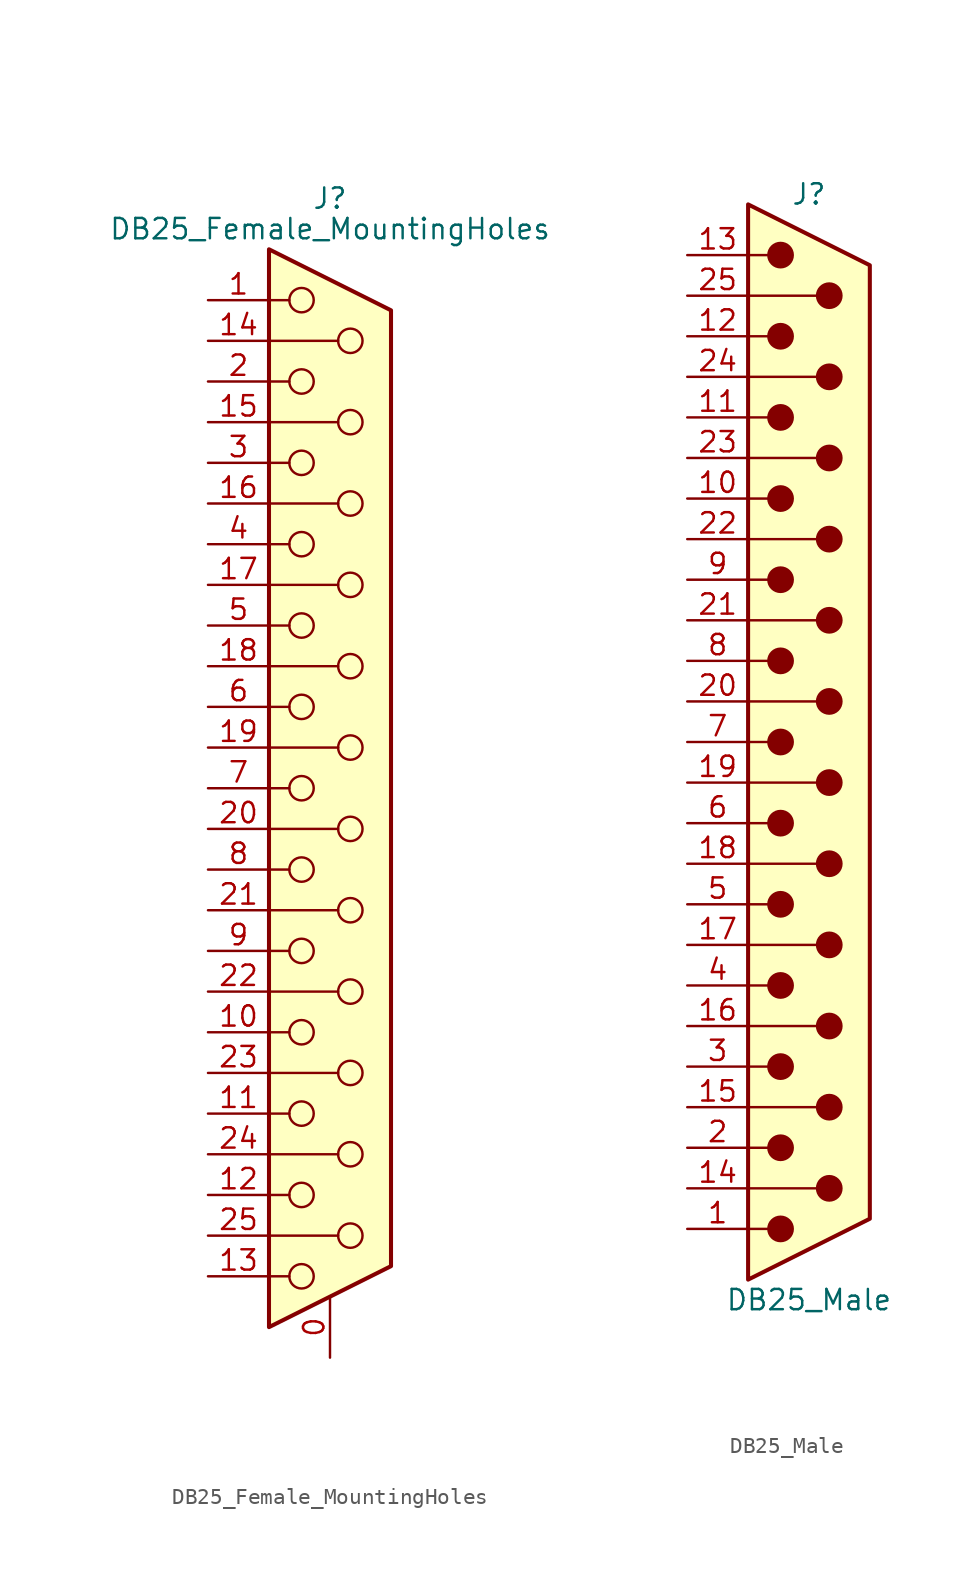
<source format=kicad_sym>
(kicad_symbol_lib
  (version 20220914)
  (generator kicad_symbol_editor)
  (symbol "DB25_Female_MountingHoles"
    (pin_names
      (offset 1.016) hide)
    (property "Reference" "J"
      (at 0 36.83 0)
      (effects (font (size 1.27 1.27))))
    (property "Value" "DB25_Female_MountingHoles"
      (at 0 34.925 0)
      (effects (font (size 1.27 1.27))))
    (symbol "DB25_Female_MountingHoles_0_1"
      (circle (center -1.778 -30.48) (radius 0.762) (stroke (width 0) (type default)) (fill (type none)))
      (circle (center -1.778 -25.4) (radius 0.762) (stroke (width 0) (type default)) (fill (type none)))
      (circle (center -1.778 -20.32) (radius 0.762) (stroke (width 0) (type default)) (fill (type none)))
      (circle (center -1.778 -15.24) (radius 0.762) (stroke (width 0) (type default)) (fill (type none)))
      (circle (center -1.778 -10.16) (radius 0.762) (stroke (width 0) (type default)) (fill (type none)))
      (circle (center -1.778 -5.08) (radius 0.762) (stroke (width 0) (type default)) (fill (type none)))
      (circle (center -1.778 0) (radius 0.762) (stroke (width 0) (type default)) (fill (type none)))
      (circle (center -1.778 5.08) (radius 0.762) (stroke (width 0) (type default)) (fill (type none)))
      (circle (center -1.778 10.16) (radius 0.762) (stroke (width 0) (type default)) (fill (type none)))
      (circle (center -1.778 15.24) (radius 0.762) (stroke (width 0) (type default)) (fill (type none)))
      (circle (center -1.778 20.32) (radius 0.762) (stroke (width 0) (type default)) (fill (type none)))
      (circle (center -1.778 25.4) (radius 0.762) (stroke (width 0) (type default)) (fill (type none)))
      (circle (center -1.778 30.48) (radius 0.762) (stroke (width 0) (type default)) (fill (type none)))
      (polyline (pts (xy -3.81 -30.48) (xy -2.54 -30.48)) (stroke (width 0) (type default)) (fill (type none)))
      (polyline (pts (xy -3.81 -27.94) (xy 0.508 -27.94)) (stroke (width 0) (type default)) (fill (type none)))
      (polyline (pts (xy -3.81 -25.4) (xy -2.54 -25.4)) (stroke (width 0) (type default)) (fill (type none)))
      (polyline (pts (xy -3.81 -22.86) (xy 0.508 -22.86)) (stroke (width 0) (type default)) (fill (type none)))
      (polyline (pts (xy -3.81 -20.32) (xy -2.54 -20.32)) (stroke (width 0) (type default)) (fill (type none)))
      (polyline (pts (xy -3.81 -17.78) (xy 0.508 -17.78)) (stroke (width 0) (type default)) (fill (type none)))
      (polyline (pts (xy -3.81 -15.24) (xy -2.54 -15.24)) (stroke (width 0) (type default)) (fill (type none)))
      (polyline (pts (xy -3.81 -12.7) (xy 0.508 -12.7)) (stroke (width 0) (type default)) (fill (type none)))
      (polyline (pts (xy -3.81 -10.16) (xy -2.54 -10.16)) (stroke (width 0) (type default)) (fill (type none)))
      (polyline (pts (xy -3.81 -7.62) (xy 0.508 -7.62)) (stroke (width 0) (type default)) (fill (type none)))
      (polyline (pts (xy -3.81 -5.08) (xy -2.54 -5.08)) (stroke (width 0) (type default)) (fill (type none)))
      (polyline (pts (xy -3.81 -2.54) (xy 0.508 -2.54)) (stroke (width 0) (type default)) (fill (type none)))
      (polyline (pts (xy -3.81 0) (xy -2.54 0)) (stroke (width 0) (type default)) (fill (type none)))
      (polyline (pts (xy -3.81 2.54) (xy 0.508 2.54)) (stroke (width 0) (type default)) (fill (type none)))
      (polyline (pts (xy -3.81 5.08) (xy -2.54 5.08)) (stroke (width 0) (type default)) (fill (type none)))
      (polyline (pts (xy -3.81 7.62) (xy 0.508 7.62)) (stroke (width 0) (type default)) (fill (type none)))
      (polyline (pts (xy -3.81 10.16) (xy -2.54 10.16)) (stroke (width 0) (type default)) (fill (type none)))
      (polyline (pts (xy -3.81 12.7) (xy 0.508 12.7)) (stroke (width 0) (type default)) (fill (type none)))
      (polyline (pts (xy -3.81 15.24) (xy -2.54 15.24)) (stroke (width 0) (type default)) (fill (type none)))
      (polyline (pts (xy -3.81 17.78) (xy 0.508 17.78)) (stroke (width 0) (type default)) (fill (type none)))
      (polyline (pts (xy -3.81 20.32) (xy -2.54 20.32)) (stroke (width 0) (type default)) (fill (type none)))
      (polyline (pts (xy -3.81 22.86) (xy 0.508 22.86)) (stroke (width 0) (type default)) (fill (type none)))
      (polyline (pts (xy -3.81 25.4) (xy -2.54 25.4)) (stroke (width 0) (type default)) (fill (type none)))
      (polyline (pts (xy -3.81 27.94) (xy 0.508 27.94)) (stroke (width 0) (type default)) (fill (type none)))
      (polyline (pts (xy -3.81 30.48) (xy -2.54 30.48)) (stroke (width 0) (type default)) (fill (type none)))
      (polyline (pts (xy -3.81 33.655) (xy 3.81 29.845) (xy 3.81 -29.845) (xy -3.81 -33.655) (xy -3.81 33.655)) (stroke (width 0.254) (type default)) (fill (type background)))
      (circle (center 1.27 -27.94) (radius 0.762) (stroke (width 0) (type default)) (fill (type none)))
      (circle (center 1.27 -22.86) (radius 0.762) (stroke (width 0) (type default)) (fill (type none)))
      (circle (center 1.27 -17.78) (radius 0.762) (stroke (width 0) (type default)) (fill (type none)))
      (circle (center 1.27 -12.7) (radius 0.762) (stroke (width 0) (type default)) (fill (type none)))
      (circle (center 1.27 -7.62) (radius 0.762) (stroke (width 0) (type default)) (fill (type none)))
      (circle (center 1.27 -2.54) (radius 0.762) (stroke (width 0) (type default)) (fill (type none)))
      (circle (center 1.27 2.54) (radius 0.762) (stroke (width 0) (type default)) (fill (type none)))
      (circle (center 1.27 7.62) (radius 0.762) (stroke (width 0) (type default)) (fill (type none)))
      (circle (center 1.27 12.7) (radius 0.762) (stroke (width 0) (type default)) (fill (type none)))
      (circle (center 1.27 17.78) (radius 0.762) (stroke (width 0) (type default)) (fill (type none)))
      (circle (center 1.27 22.86) (radius 0.762) (stroke (width 0) (type default)) (fill (type none)))
      (circle (center 1.27 27.94) (radius 0.762) (stroke (width 0) (type default)) (fill (type none))))
    (symbol "DB25_Female_MountingHoles_1_1"
      (pin passive line (at 0 -35.56 90) (length 3.81) (name "PAD" (effects (font (size 1.27 1.27)))) (number "0" (effects (font (size 1.27 1.27)))))
      (pin passive line (at -7.62 30.48 0) (length 3.81) (name "1" (effects (font (size 1.27 1.27)))) (number "1" (effects (font (size 1.27 1.27)))))
      (pin passive line (at -7.62 -15.24 0) (length 3.81) (name "10" (effects (font (size 1.27 1.27)))) (number "10" (effects (font (size 1.27 1.27)))))
      (pin passive line (at -7.62 -20.32 0) (length 3.81) (name "11" (effects (font (size 1.27 1.27)))) (number "11" (effects (font (size 1.27 1.27)))))
      (pin passive line (at -7.62 -25.4 0) (length 3.81) (name "12" (effects (font (size 1.27 1.27)))) (number "12" (effects (font (size 1.27 1.27)))))
      (pin passive line (at -7.62 -30.48 0) (length 3.81) (name "13" (effects (font (size 1.27 1.27)))) (number "13" (effects (font (size 1.27 1.27)))))
      (pin passive line (at -7.62 27.94 0) (length 3.81) (name "P14" (effects (font (size 1.27 1.27)))) (number "14" (effects (font (size 1.27 1.27)))))
      (pin passive line (at -7.62 22.86 0) (length 3.81) (name "P15" (effects (font (size 1.27 1.27)))) (number "15" (effects (font (size 1.27 1.27)))))
      (pin passive line (at -7.62 17.78 0) (length 3.81) (name "P16" (effects (font (size 1.27 1.27)))) (number "16" (effects (font (size 1.27 1.27)))))
      (pin passive line (at -7.62 12.7 0) (length 3.81) (name "P17" (effects (font (size 1.27 1.27)))) (number "17" (effects (font (size 1.27 1.27)))))
      (pin passive line (at -7.62 7.62 0) (length 3.81) (name "P18" (effects (font (size 1.27 1.27)))) (number "18" (effects (font (size 1.27 1.27)))))
      (pin passive line (at -7.62 2.54 0) (length 3.81) (name "P19" (effects (font (size 1.27 1.27)))) (number "19" (effects (font (size 1.27 1.27)))))
      (pin passive line (at -7.62 25.4 0) (length 3.81) (name "2" (effects (font (size 1.27 1.27)))) (number "2" (effects (font (size 1.27 1.27)))))
      (pin passive line (at -7.62 -2.54 0) (length 3.81) (name "P20" (effects (font (size 1.27 1.27)))) (number "20" (effects (font (size 1.27 1.27)))))
      (pin passive line (at -7.62 -7.62 0) (length 3.81) (name "P21" (effects (font (size 1.27 1.27)))) (number "21" (effects (font (size 1.27 1.27)))))
      (pin passive line (at -7.62 -12.7 0) (length 3.81) (name "P22" (effects (font (size 1.27 1.27)))) (number "22" (effects (font (size 1.27 1.27)))))
      (pin passive line (at -7.62 -17.78 0) (length 3.81) (name "P23" (effects (font (size 1.27 1.27)))) (number "23" (effects (font (size 1.27 1.27)))))
      (pin passive line (at -7.62 -22.86 0) (length 3.81) (name "P24" (effects (font (size 1.27 1.27)))) (number "24" (effects (font (size 1.27 1.27)))))
      (pin passive line (at -7.62 -27.94 0) (length 3.81) (name "P25" (effects (font (size 1.27 1.27)))) (number "25" (effects (font (size 1.27 1.27)))))
      (pin passive line (at -7.62 20.32 0) (length 3.81) (name "3" (effects (font (size 1.27 1.27)))) (number "3" (effects (font (size 1.27 1.27)))))
      (pin passive line (at -7.62 15.24 0) (length 3.81) (name "4" (effects (font (size 1.27 1.27)))) (number "4" (effects (font (size 1.27 1.27)))))
      (pin passive line (at -7.62 10.16 0) (length 3.81) (name "5" (effects (font (size 1.27 1.27)))) (number "5" (effects (font (size 1.27 1.27)))))
      (pin passive line (at -7.62 5.08 0) (length 3.81) (name "6" (effects (font (size 1.27 1.27)))) (number "6" (effects (font (size 1.27 1.27)))))
      (pin passive line (at -7.62 0 0) (length 3.81) (name "7" (effects (font (size 1.27 1.27)))) (number "7" (effects (font (size 1.27 1.27)))))
      (pin passive line (at -7.62 -5.08 0) (length 3.81) (name "8" (effects (font (size 1.27 1.27)))) (number "8" (effects (font (size 1.27 1.27)))))
      (pin passive line (at -7.62 -10.16 0) (length 3.81) (name "9" (effects (font (size 1.27 1.27)))) (number "9" (effects (font (size 1.27 1.27)))))))
  (symbol "DB25_Male"
    (pin_names
      (offset 1.016) hide)
    (property "Reference" "J"
      (at 0 34.29 0)
      (effects (font (size 1.27 1.27))))
    (property "Value" "DB25_Male"
      (at 0 -34.925 0)
      (effects (font (size 1.27 1.27))))
    (symbol "DB25_Male_0_1"
      (circle (center -1.778 -30.48) (radius 0.762) (stroke (width 0) (type default)) (fill (type outline)))
      (circle (center -1.778 -25.4) (radius 0.762) (stroke (width 0) (type default)) (fill (type outline)))
      (circle (center -1.778 -20.32) (radius 0.762) (stroke (width 0) (type default)) (fill (type outline)))
      (circle (center -1.778 -15.24) (radius 0.762) (stroke (width 0) (type default)) (fill (type outline)))
      (circle (center -1.778 -10.16) (radius 0.762) (stroke (width 0) (type default)) (fill (type outline)))
      (circle (center -1.778 -5.08) (radius 0.762) (stroke (width 0) (type default)) (fill (type outline)))
      (circle (center -1.778 0) (radius 0.762) (stroke (width 0) (type default)) (fill (type outline)))
      (circle (center -1.778 5.08) (radius 0.762) (stroke (width 0) (type default)) (fill (type outline)))
      (circle (center -1.778 10.16) (radius 0.762) (stroke (width 0) (type default)) (fill (type outline)))
      (circle (center -1.778 15.24) (radius 0.762) (stroke (width 0) (type default)) (fill (type outline)))
      (circle (center -1.778 20.32) (radius 0.762) (stroke (width 0) (type default)) (fill (type outline)))
      (circle (center -1.778 25.4) (radius 0.762) (stroke (width 0) (type default)) (fill (type outline)))
      (circle (center -1.778 30.48) (radius 0.762) (stroke (width 0) (type default)) (fill (type outline)))
      (polyline (pts (xy -3.81 -30.48) (xy -2.54 -30.48)) (stroke (width 0) (type default)) (fill (type none)))
      (polyline (pts (xy -3.81 -27.94) (xy 0.508 -27.94)) (stroke (width 0) (type default)) (fill (type none)))
      (polyline (pts (xy -3.81 -25.4) (xy -2.54 -25.4)) (stroke (width 0) (type default)) (fill (type none)))
      (polyline (pts (xy -3.81 -22.86) (xy 0.508 -22.86)) (stroke (width 0) (type default)) (fill (type none)))
      (polyline (pts (xy -3.81 -20.32) (xy -2.54 -20.32)) (stroke (width 0) (type default)) (fill (type none)))
      (polyline (pts (xy -3.81 -17.78) (xy 0.508 -17.78)) (stroke (width 0) (type default)) (fill (type none)))
      (polyline (pts (xy -3.81 -15.24) (xy -2.54 -15.24)) (stroke (width 0) (type default)) (fill (type none)))
      (polyline (pts (xy -3.81 -12.7) (xy 0.508 -12.7)) (stroke (width 0) (type default)) (fill (type none)))
      (polyline (pts (xy -3.81 -10.16) (xy -2.54 -10.16)) (stroke (width 0) (type default)) (fill (type none)))
      (polyline (pts (xy -3.81 -7.62) (xy 0.508 -7.62)) (stroke (width 0) (type default)) (fill (type none)))
      (polyline (pts (xy -3.81 -5.08) (xy -2.54 -5.08)) (stroke (width 0) (type default)) (fill (type none)))
      (polyline (pts (xy -3.81 -2.54) (xy 0.508 -2.54)) (stroke (width 0) (type default)) (fill (type none)))
      (polyline (pts (xy -3.81 0) (xy -2.54 0)) (stroke (width 0) (type default)) (fill (type none)))
      (polyline (pts (xy -3.81 2.54) (xy 0.508 2.54)) (stroke (width 0) (type default)) (fill (type none)))
      (polyline (pts (xy -3.81 5.08) (xy -2.54 5.08)) (stroke (width 0) (type default)) (fill (type none)))
      (polyline (pts (xy -3.81 7.62) (xy 0.508 7.62)) (stroke (width 0) (type default)) (fill (type none)))
      (polyline (pts (xy -3.81 10.16) (xy -2.54 10.16)) (stroke (width 0) (type default)) (fill (type none)))
      (polyline (pts (xy -3.81 12.7) (xy 0.508 12.7)) (stroke (width 0) (type default)) (fill (type none)))
      (polyline (pts (xy -3.81 15.24) (xy -2.54 15.24)) (stroke (width 0) (type default)) (fill (type none)))
      (polyline (pts (xy -3.81 17.78) (xy 0.508 17.78)) (stroke (width 0) (type default)) (fill (type none)))
      (polyline (pts (xy -3.81 20.32) (xy -2.54 20.32)) (stroke (width 0) (type default)) (fill (type none)))
      (polyline (pts (xy -3.81 22.86) (xy 0.508 22.86)) (stroke (width 0) (type default)) (fill (type none)))
      (polyline (pts (xy -3.81 25.4) (xy -2.54 25.4)) (stroke (width 0) (type default)) (fill (type none)))
      (polyline (pts (xy -3.81 27.94) (xy 0.508 27.94)) (stroke (width 0) (type default)) (fill (type none)))
      (polyline (pts (xy -3.81 30.48) (xy -2.54 30.48)) (stroke (width 0) (type default)) (fill (type none)))
      (polyline (pts (xy -3.81 -33.655) (xy 3.81 -29.845) (xy 3.81 29.845) (xy -3.81 33.655) (xy -3.81 -33.655)) (stroke (width 0.254) (type default)) (fill (type background)))
      (circle (center 1.27 -27.94) (radius 0.762) (stroke (width 0) (type default)) (fill (type outline)))
      (circle (center 1.27 -22.86) (radius 0.762) (stroke (width 0) (type default)) (fill (type outline)))
      (circle (center 1.27 -17.78) (radius 0.762) (stroke (width 0) (type default)) (fill (type outline)))
      (circle (center 1.27 -12.7) (radius 0.762) (stroke (width 0) (type default)) (fill (type outline)))
      (circle (center 1.27 -7.62) (radius 0.762) (stroke (width 0) (type default)) (fill (type outline)))
      (circle (center 1.27 -2.54) (radius 0.762) (stroke (width 0) (type default)) (fill (type outline)))
      (circle (center 1.27 2.54) (radius 0.762) (stroke (width 0) (type default)) (fill (type outline)))
      (circle (center 1.27 7.62) (radius 0.762) (stroke (width 0) (type default)) (fill (type outline)))
      (circle (center 1.27 12.7) (radius 0.762) (stroke (width 0) (type default)) (fill (type outline)))
      (circle (center 1.27 17.78) (radius 0.762) (stroke (width 0) (type default)) (fill (type outline)))
      (circle (center 1.27 22.86) (radius 0.762) (stroke (width 0) (type default)) (fill (type outline)))
      (circle (center 1.27 27.94) (radius 0.762) (stroke (width 0) (type default)) (fill (type outline))))
    (symbol "DB25_Male_1_1"
      (pin passive line (at -7.62 -30.48 0) (length 3.81) (name "1" (effects (font (size 1.27 1.27)))) (number "1" (effects (font (size 1.27 1.27)))))
      (pin passive line (at -7.62 15.24 0) (length 3.81) (name "10" (effects (font (size 1.27 1.27)))) (number "10" (effects (font (size 1.27 1.27)))))
      (pin passive line (at -7.62 20.32 0) (length 3.81) (name "11" (effects (font (size 1.27 1.27)))) (number "11" (effects (font (size 1.27 1.27)))))
      (pin passive line (at -7.62 25.4 0) (length 3.81) (name "12" (effects (font (size 1.27 1.27)))) (number "12" (effects (font (size 1.27 1.27)))))
      (pin passive line (at -7.62 30.48 0) (length 3.81) (name "13" (effects (font (size 1.27 1.27)))) (number "13" (effects (font (size 1.27 1.27)))))
      (pin passive line (at -7.62 -27.94 0) (length 3.81) (name "P14" (effects (font (size 1.27 1.27)))) (number "14" (effects (font (size 1.27 1.27)))))
      (pin passive line (at -7.62 -22.86 0) (length 3.81) (name "P15" (effects (font (size 1.27 1.27)))) (number "15" (effects (font (size 1.27 1.27)))))
      (pin passive line (at -7.62 -17.78 0) (length 3.81) (name "P16" (effects (font (size 1.27 1.27)))) (number "16" (effects (font (size 1.27 1.27)))))
      (pin passive line (at -7.62 -12.7 0) (length 3.81) (name "P17" (effects (font (size 1.27 1.27)))) (number "17" (effects (font (size 1.27 1.27)))))
      (pin passive line (at -7.62 -7.62 0) (length 3.81) (name "P18" (effects (font (size 1.27 1.27)))) (number "18" (effects (font (size 1.27 1.27)))))
      (pin passive line (at -7.62 -2.54 0) (length 3.81) (name "P19" (effects (font (size 1.27 1.27)))) (number "19" (effects (font (size 1.27 1.27)))))
      (pin passive line (at -7.62 -25.4 0) (length 3.81) (name "2" (effects (font (size 1.27 1.27)))) (number "2" (effects (font (size 1.27 1.27)))))
      (pin passive line (at -7.62 2.54 0) (length 3.81) (name "P20" (effects (font (size 1.27 1.27)))) (number "20" (effects (font (size 1.27 1.27)))))
      (pin passive line (at -7.62 7.62 0) (length 3.81) (name "P21" (effects (font (size 1.27 1.27)))) (number "21" (effects (font (size 1.27 1.27)))))
      (pin passive line (at -7.62 12.7 0) (length 3.81) (name "P22" (effects (font (size 1.27 1.27)))) (number "22" (effects (font (size 1.27 1.27)))))
      (pin passive line (at -7.62 17.78 0) (length 3.81) (name "P23" (effects (font (size 1.27 1.27)))) (number "23" (effects (font (size 1.27 1.27)))))
      (pin passive line (at -7.62 22.86 0) (length 3.81) (name "P24" (effects (font (size 1.27 1.27)))) (number "24" (effects (font (size 1.27 1.27)))))
      (pin passive line (at -7.62 27.94 0) (length 3.81) (name "P25" (effects (font (size 1.27 1.27)))) (number "25" (effects (font (size 1.27 1.27)))))
      (pin passive line (at -7.62 -20.32 0) (length 3.81) (name "3" (effects (font (size 1.27 1.27)))) (number "3" (effects (font (size 1.27 1.27)))))
      (pin passive line (at -7.62 -15.24 0) (length 3.81) (name "4" (effects (font (size 1.27 1.27)))) (number "4" (effects (font (size 1.27 1.27)))))
      (pin passive line (at -7.62 -10.16 0) (length 3.81) (name "5" (effects (font (size 1.27 1.27)))) (number "5" (effects (font (size 1.27 1.27)))))
      (pin passive line (at -7.62 -5.08 0) (length 3.81) (name "6" (effects (font (size 1.27 1.27)))) (number "6" (effects (font (size 1.27 1.27)))))
      (pin passive line (at -7.62 0 0) (length 3.81) (name "7" (effects (font (size 1.27 1.27)))) (number "7" (effects (font (size 1.27 1.27)))))
      (pin passive line (at -7.62 5.08 0) (length 3.81) (name "8" (effects (font (size 1.27 1.27)))) (number "8" (effects (font (size 1.27 1.27)))))
      (pin passive line (at -7.62 10.16 0) (length 3.81) (name "9" (effects (font (size 1.27 1.27)))) (number "9" (effects (font (size 1.27 1.27))))))))
</source>
